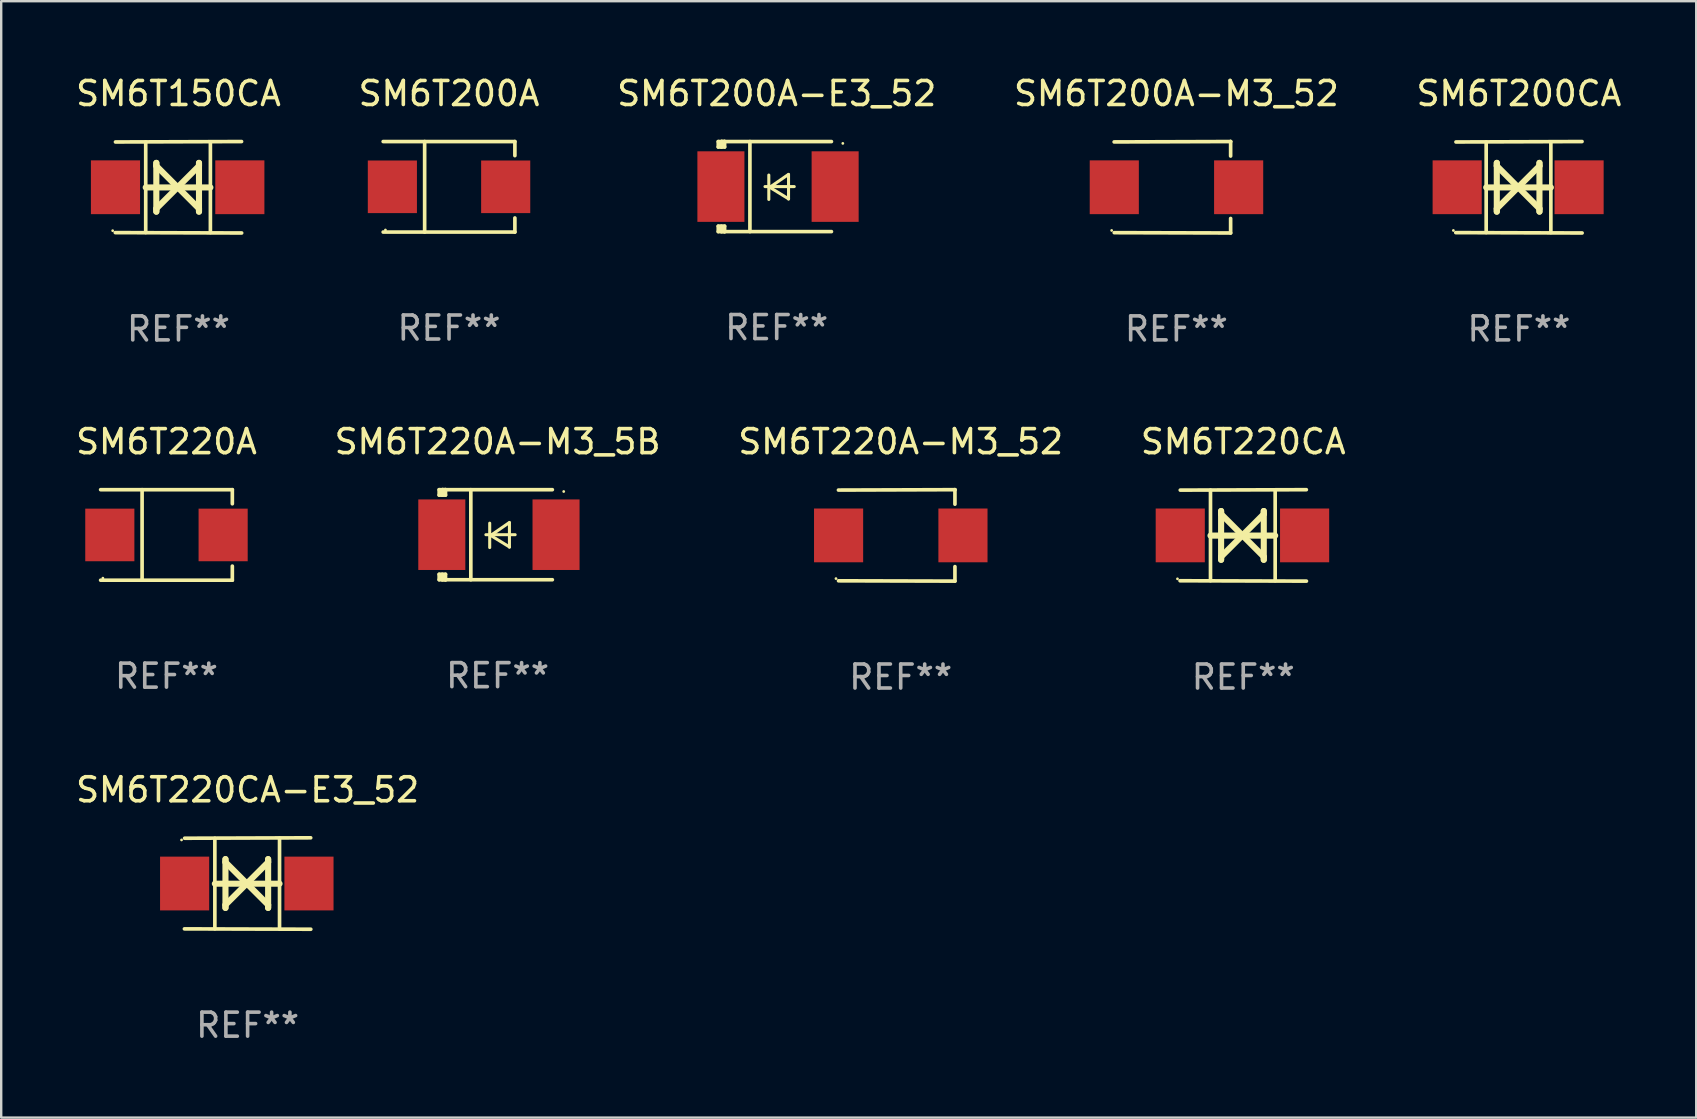
<source format=kicad_pcb>
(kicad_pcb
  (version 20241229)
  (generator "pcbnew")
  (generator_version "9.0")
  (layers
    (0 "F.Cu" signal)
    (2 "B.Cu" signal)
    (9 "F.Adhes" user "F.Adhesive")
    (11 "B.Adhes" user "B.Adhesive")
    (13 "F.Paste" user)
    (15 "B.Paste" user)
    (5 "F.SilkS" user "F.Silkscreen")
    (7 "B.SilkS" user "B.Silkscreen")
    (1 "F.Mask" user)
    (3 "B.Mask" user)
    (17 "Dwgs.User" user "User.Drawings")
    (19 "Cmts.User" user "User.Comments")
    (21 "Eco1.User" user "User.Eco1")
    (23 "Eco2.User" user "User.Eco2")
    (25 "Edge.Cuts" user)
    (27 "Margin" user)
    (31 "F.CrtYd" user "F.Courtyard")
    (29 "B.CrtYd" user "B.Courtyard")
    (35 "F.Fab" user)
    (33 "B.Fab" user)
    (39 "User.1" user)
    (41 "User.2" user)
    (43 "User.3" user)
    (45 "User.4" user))
  (footprint "SM6T200CA"
    (layer "F.Cu")
    (at 60.244 4.753)
    (property "Reference" "SM6T200CA" (at 0 -3.905 0) (layer "F.SilkS") (effects (font (size 1 1) (thickness 0.15))))
    (attr through_hole)
    (fp_line (start -1.365 1.886) (end -1.365 -1.886) (stroke (width 0.152) (type solid)) (layer "F.SilkS"))
    (fp_line (start -1.365 0.008) (end 1.33 0.008) (stroke (width 0.254) (type solid)) (layer "F.SilkS"))
    (fp_line (start -0.923 -1.016) (end -0.923 1.016) (stroke (width 0.254) (type solid)) (layer "F.SilkS"))
    (fp_line (start -0.923 -0.889) (end -0.923 -1.016) (stroke (width 0.254) (type solid)) (layer "F.SilkS"))
    (fp_line (start -0.923 0.889) (end -0.034 0) (stroke (width 0.254) (type solid)) (layer "F.SilkS"))
    (fp_line (start -0.923 1.016) (end -0.923 0.889) (stroke (width 0.254) (type solid)) (layer "F.SilkS"))
    (fp_line (start -0.034 0) (end -0.923 -0.889) (stroke (width 0.254) (type solid)) (layer "F.SilkS"))
    (fp_line (start -0.034 0) (end 0.855 0.889) (stroke (width 0.254) (type solid)) (layer "F.SilkS"))
    (fp_line (start 0.855 -1.016) (end 0.855 -0.889) (stroke (width 0.254) (type solid)) (layer "F.SilkS"))
    (fp_line (start 0.855 -0.889) (end -0.034 0) (stroke (width 0.254) (type solid)) (layer "F.SilkS"))
    (fp_line (start 0.855 0.889) (end 0.855 1.016) (stroke (width 0.254) (type solid)) (layer "F.SilkS"))
    (fp_line (start 0.855 1.016) (end 0.855 -1.016) (stroke (width 0.254) (type solid)) (layer "F.SilkS"))
    (fp_line (start 1.33 1.886) (end 1.33 -1.886) (stroke (width 0.152) (type solid)) (layer "F.SilkS"))
    (fp_line (start 2.629 -1.905) (end -2.625 -1.887) (stroke (width 0.152) (type solid)) (layer "F.SilkS"))
    (fp_line (start 2.633 1.905) (end -2.633 1.89) (stroke (width 0.152) (type solid)) (layer "F.SilkS"))
    (fp_circle (center -2.732 1.8) (end -2.702 1.8) (stroke (width 0.06) (type solid)) (fill no) (layer "F.SilkS"))
    (fp_text user "REF**" (at 0 5.905 0) (layer "F.Fab") (effects (font (size 1 1) (thickness 0.15))))
    (pad "1" smd rect (at -2.574 0) (size 2.047 2.241) (layers "F.Cu" "F.Mask" "F.Paste"))
    (pad "2" smd rect (at 2.506 0) (size 2.047 2.241) (layers "F.Cu" "F.Mask" "F.Paste")))
  (footprint "SM6T220CA"
    (layer "F.Cu")
    (at 48.756 19.26)
    (property "Reference" "SM6T220CA" (at 0 -3.905 0) (layer "F.SilkS") (effects (font (size 1 1) (thickness 0.15))))
    (attr through_hole)
    (fp_line (start -1.365 1.886) (end -1.365 -1.886) (stroke (width 0.152) (type solid)) (layer "F.SilkS"))
    (fp_line (start -1.365 0.008) (end 1.33 0.008) (stroke (width 0.254) (type solid)) (layer "F.SilkS"))
    (fp_line (start -0.923 -1.016) (end -0.923 1.016) (stroke (width 0.254) (type solid)) (layer "F.SilkS"))
    (fp_line (start -0.923 -0.889) (end -0.923 -1.016) (stroke (width 0.254) (type solid)) (layer "F.SilkS"))
    (fp_line (start -0.923 0.889) (end -0.034 0) (stroke (width 0.254) (type solid)) (layer "F.SilkS"))
    (fp_line (start -0.923 1.016) (end -0.923 0.889) (stroke (width 0.254) (type solid)) (layer "F.SilkS"))
    (fp_line (start -0.034 0) (end -0.923 -0.889) (stroke (width 0.254) (type solid)) (layer "F.SilkS"))
    (fp_line (start -0.034 0) (end 0.855 0.889) (stroke (width 0.254) (type solid)) (layer "F.SilkS"))
    (fp_line (start 0.855 -1.016) (end 0.855 -0.889) (stroke (width 0.254) (type solid)) (layer "F.SilkS"))
    (fp_line (start 0.855 -0.889) (end -0.034 0) (stroke (width 0.254) (type solid)) (layer "F.SilkS"))
    (fp_line (start 0.855 0.889) (end 0.855 1.016) (stroke (width 0.254) (type solid)) (layer "F.SilkS"))
    (fp_line (start 0.855 1.016) (end 0.855 -1.016) (stroke (width 0.254) (type solid)) (layer "F.SilkS"))
    (fp_line (start 1.33 1.886) (end 1.33 -1.886) (stroke (width 0.152) (type solid)) (layer "F.SilkS"))
    (fp_line (start 2.629 -1.905) (end -2.625 -1.887) (stroke (width 0.152) (type solid)) (layer "F.SilkS"))
    (fp_line (start 2.633 1.905) (end -2.633 1.89) (stroke (width 0.152) (type solid)) (layer "F.SilkS"))
    (fp_circle (center -2.741 1.81) (end -2.711 1.81) (stroke (width 0.06) (type solid)) (fill no) (layer "F.SilkS"))
    (fp_text user "REF**" (at 0 5.905 0) (layer "F.Fab") (effects (font (size 1 1) (thickness 0.15))))
    (pad "1" smd rect (at -2.625 0) (size 2.047 2.241) (layers "F.Cu" "F.Mask" "F.Paste"))
    (pad "2" smd rect (at 2.557 0) (size 2.047 2.241) (layers "F.Cu" "F.Mask" "F.Paste")))
  (footprint "SM6T150CA"
    (layer "F.Cu")
    (at 4.387 4.753)
    (property "Reference" "SM6T150CA" (at 0 -3.905 0) (layer "F.SilkS") (effects (font (size 1 1) (thickness 0.15))))
    (attr through_hole)
    (fp_line (start -1.365 1.886) (end -1.365 -1.886) (stroke (width 0.152) (type solid)) (layer "F.SilkS"))
    (fp_line (start -1.365 0.008) (end 1.33 0.008) (stroke (width 0.254) (type solid)) (layer "F.SilkS"))
    (fp_line (start -0.923 -1.016) (end -0.923 1.016) (stroke (width 0.254) (type solid)) (layer "F.SilkS"))
    (fp_line (start -0.923 -0.889) (end -0.923 -1.016) (stroke (width 0.254) (type solid)) (layer "F.SilkS"))
    (fp_line (start -0.923 0.889) (end -0.034 0) (stroke (width 0.254) (type solid)) (layer "F.SilkS"))
    (fp_line (start -0.923 1.016) (end -0.923 0.889) (stroke (width 0.254) (type solid)) (layer "F.SilkS"))
    (fp_line (start -0.034 0) (end -0.923 -0.889) (stroke (width 0.254) (type solid)) (layer "F.SilkS"))
    (fp_line (start -0.034 0) (end 0.855 0.889) (stroke (width 0.254) (type solid)) (layer "F.SilkS"))
    (fp_line (start 0.855 -1.016) (end 0.855 -0.889) (stroke (width 0.254) (type solid)) (layer "F.SilkS"))
    (fp_line (start 0.855 -0.889) (end -0.034 0) (stroke (width 0.254) (type solid)) (layer "F.SilkS"))
    (fp_line (start 0.855 0.889) (end 0.855 1.016) (stroke (width 0.254) (type solid)) (layer "F.SilkS"))
    (fp_line (start 0.855 1.016) (end 0.855 -1.016) (stroke (width 0.254) (type solid)) (layer "F.SilkS"))
    (fp_line (start 1.33 1.886) (end 1.33 -1.886) (stroke (width 0.152) (type solid)) (layer "F.SilkS"))
    (fp_line (start 2.629 -1.905) (end -2.625 -1.887) (stroke (width 0.152) (type solid)) (layer "F.SilkS"))
    (fp_line (start 2.633 1.905) (end -2.633 1.89) (stroke (width 0.152) (type solid)) (layer "F.SilkS"))
    (fp_circle (center -2.741 1.81) (end -2.711 1.81) (stroke (width 0.06) (type solid)) (fill no) (layer "F.SilkS"))
    (fp_text user "REF**" (at 0 5.905 0) (layer "F.Fab") (effects (font (size 1 1) (thickness 0.15))))
    (pad "1" smd rect (at -2.625 0) (size 2.047 2.241) (layers "F.Cu" "F.Mask" "F.Paste"))
    (pad "2" smd rect (at 2.557 0) (size 2.047 2.241) (layers "F.Cu" "F.Mask" "F.Paste")))
  (footprint "SM6T200A-E3_52"
    (layer "F.Cu")
    (at 29.315 4.725)
    (property "Reference" "SM6T200A-E3_52" (at 0 -3.876 0) (layer "F.SilkS") (effects (font (size 1 1) (thickness 0.15))))
    (attr through_hole)
    (fp_line (start -2.435 1.65) (end -2.171 1.65) (stroke (width 0.152) (type solid)) (layer "F.SilkS"))
    (fp_line (start -2.435 1.876) (end -2.435 1.65) (stroke (width 0.152) (type solid)) (layer "F.SilkS"))
    (fp_line (start -2.435 -1.876) (end -2.171 -1.876) (stroke (width 0.152) (type solid)) (layer "F.SilkS"))
    (fp_line (start -2.435 -1.65) (end -2.435 -1.876) (stroke (width 0.152) (type solid)) (layer "F.SilkS"))
    (fp_line (start -2.305 -1.866) (end -2.295 -1.876) (stroke (width 0.152) (type solid)) (layer "F.SilkS"))
    (fp_line (start -2.305 -1.65) (end -2.305 -1.866) (stroke (width 0.152) (type solid)) (layer "F.SilkS"))
    (fp_line (start -2.305 1.876) (end -2.305 1.65) (stroke (width 0.152) (type solid)) (layer "F.SilkS"))
    (fp_line (start -2.295 -1.876) (end -2.295 -1.65) (stroke (width 0.152) (type solid)) (layer "F.SilkS"))
    (fp_line (start -2.171 1.876) (end -2.435 1.876) (stroke (width 0.152) (type solid)) (layer "F.SilkS"))
    (fp_line (start -2.171 -1.65) (end -2.435 -1.65) (stroke (width 0.152) (type solid)) (layer "F.SilkS"))
    (fp_line (start -2.171 -1.876) (end -2.295 -1.876) (stroke (width 0.152) (type solid)) (layer "F.SilkS"))
    (fp_line (start -2.171 -1.65) (end -2.171 -1.876) (stroke (width 0.152) (type solid)) (layer "F.SilkS"))
    (fp_line (start -2.171 1.876) (end -2.305 1.876) (stroke (width 0.152) (type solid)) (layer "F.SilkS"))
    (fp_line (start -2.171 1.876) (end -2.171 1.65) (stroke (width 0.152) (type solid)) (layer "F.SilkS"))
    (fp_line (start -1.116 1.876) (end -1.116 -1.876) (stroke (width 0.152) (type solid)) (layer "F.SilkS"))
    (fp_line (start -0.488 0.000102) (end 0.731 0.000102) (stroke (width 0.127) (type solid)) (layer "F.SilkS"))
    (fp_line (start -0.329 -0.48) (end -0.329 0.536) (stroke (width 0.127) (type solid)) (layer "F.SilkS"))
    (fp_line (start -0.29 0.03) (end 0.493 0.51) (stroke (width 0.127) (type solid)) (layer "F.SilkS"))
    (fp_line (start 0.493 -0.51) (end -0.29 0.03) (stroke (width 0.127) (type solid)) (layer "F.SilkS"))
    (fp_line (start 0.493 0.52) (end 0.493 -0.496) (stroke (width 0.127) (type solid)) (layer "F.SilkS"))
    (fp_line (start 2.281 -1.876) (end -2.171 -1.876) (stroke (width 0.152) (type solid)) (layer "F.SilkS"))
    (fp_line (start 2.281 1.876) (end -2.171 1.876) (stroke (width 0.152) (type solid)) (layer "F.SilkS"))
    (fp_circle (center 2.755 -1.8) (end 2.785 -1.8) (stroke (width 0.06) (type solid)) (fill no) (layer "F.SilkS"))
    (fp_text user "REF**" (at 0 5.876 0) (layer "F.Fab") (effects (font (size 1 1) (thickness 0.15))))
    (pad "1" smd rect (at 2.435 -0.000025 180) (size 1.96 2.94) (layers "F.Cu" "F.Mask" "F.Paste"))
    (pad "2" smd rect (at -2.325 -0.000025 180) (size 1.96 2.94) (layers "F.Cu" "F.Mask" "F.Paste")))
  (footprint "SM6T200A-M3_52"
    (layer "F.Cu")
    (at 45.97 4.753)
    (property "Reference" "SM6T200A-M3_52" (at 0 -3.905 0) (layer "F.SilkS") (effects (font (size 1 1) (thickness 0.15))))
    (attr through_hole)
    (fp_line (start 2.256 -1.905) (end -2.594 -1.889) (stroke (width 0.152) (type solid)) (layer "F.SilkS"))
    (fp_line (start 2.256 -1.905) (end 2.26 -1.905) (stroke (width 0.152) (type solid)) (layer "F.SilkS"))
    (fp_line (start 2.26 -1.905) (end 2.26 -1.301) (stroke (width 0.152) (type solid)) (layer "F.SilkS"))
    (fp_line (start 2.26 1.301) (end 2.26 1.905) (stroke (width 0.152) (type solid)) (layer "F.SilkS"))
    (fp_line (start 2.26 1.905) (end -2.59 1.892) (stroke (width 0.152) (type solid)) (layer "F.SilkS"))
    (fp_circle (center -2.697 1.8) (end -2.667 1.8) (stroke (width 0.06) (type solid)) (fill no) (layer "F.SilkS"))
    (fp_text user "REF**" (at 0 5.905 0) (layer "F.Fab") (effects (font (size 1 1) (thickness 0.15))))
    (pad "1" smd rect (at -2.588 0) (size 2.047 2.241) (layers "F.Cu" "F.Mask" "F.Paste"))
    (pad "2" smd rect (at 2.594 0) (size 2.047 2.241) (layers "F.Cu" "F.Mask" "F.Paste")))
  (footprint "SM6T220A-M3_52"
    (layer "F.Cu")
    (at 34.482 19.26)
    (property "Reference" "SM6T220A-M3_52" (at 0 -3.905 0) (layer "F.SilkS") (effects (font (size 1 1) (thickness 0.15))))
    (attr through_hole)
    (fp_line (start 2.256 -1.905) (end -2.594 -1.889) (stroke (width 0.152) (type solid)) (layer "F.SilkS"))
    (fp_line (start 2.256 -1.905) (end 2.26 -1.905) (stroke (width 0.152) (type solid)) (layer "F.SilkS"))
    (fp_line (start 2.26 -1.905) (end 2.26 -1.301) (stroke (width 0.152) (type solid)) (layer "F.SilkS"))
    (fp_line (start 2.26 1.301) (end 2.26 1.905) (stroke (width 0.152) (type solid)) (layer "F.SilkS"))
    (fp_line (start 2.26 1.905) (end -2.59 1.892) (stroke (width 0.152) (type solid)) (layer "F.SilkS"))
    (fp_circle (center -2.697 1.8) (end -2.667 1.8) (stroke (width 0.06) (type solid)) (fill no) (layer "F.SilkS"))
    (fp_text user "REF**" (at 0 5.905 0) (layer "F.Fab") (effects (font (size 1 1) (thickness 0.15))))
    (pad "1" smd rect (at -2.588 0) (size 2.047 2.241) (layers "F.Cu" "F.Mask" "F.Paste"))
    (pad "2" smd rect (at 2.594 0) (size 2.047 2.241) (layers "F.Cu" "F.Mask" "F.Paste")))
  (footprint "SM6T220A"
    (layer "F.Cu")
    (at 3.887 19.241)
    (property "Reference" "SM6T220A" (at 0 -3.886 0) (layer "F.SilkS") (effects (font (size 1 1) (thickness 0.15))))
    (attr through_hole)
    (fp_line (start -2.744 -1.886) (end 2.744 -1.886) (stroke (width 0.152) (type solid)) (layer "F.SilkS"))
    (fp_line (start -2.744 1.886) (end 2.744 1.886) (stroke (width 0.152) (type solid)) (layer "F.SilkS"))
    (fp_line (start -1.016 -1.886) (end -1.016 1.886) (stroke (width 0.152) (type solid)) (layer "F.SilkS"))
    (fp_line (start 2.744 -1.886) (end 2.744 -1.299) (stroke (width 0.152) (type solid)) (layer "F.SilkS"))
    (fp_line (start 2.744 1.886) (end 2.744 1.299) (stroke (width 0.152) (type solid)) (layer "F.SilkS"))
    (fp_circle (center -2.65 1.8) (end -2.62 1.8) (stroke (width 0.06) (type solid)) (fill no) (layer "F.SilkS"))
    (fp_text user "REF**" (at 0 5.886 0) (layer "F.Fab") (effects (font (size 1 1) (thickness 0.15))))
    (pad "1" smd rect (at -2.361 0) (size 2.047 2.192) (layers "F.Cu" "F.Mask" "F.Paste"))
    (pad "2" smd rect (at 2.361 0) (size 2.047 2.192) (layers "F.Cu" "F.Mask" "F.Paste")))
  (footprint "SM6T220A-M3_5B"
    (layer "F.Cu")
    (at 17.685 19.231)
    (property "Reference" "SM6T220A-M3_5B" (at 0 -3.876 0) (layer "F.SilkS") (effects (font (size 1 1) (thickness 0.15))))
    (attr through_hole)
    (fp_line (start -2.435 1.65) (end -2.171 1.65) (stroke (width 0.152) (type solid)) (layer "F.SilkS"))
    (fp_line (start -2.435 1.876) (end -2.435 1.65) (stroke (width 0.152) (type solid)) (layer "F.SilkS"))
    (fp_line (start -2.435 -1.876) (end -2.171 -1.876) (stroke (width 0.152) (type solid)) (layer "F.SilkS"))
    (fp_line (start -2.435 -1.65) (end -2.435 -1.876) (stroke (width 0.152) (type solid)) (layer "F.SilkS"))
    (fp_line (start -2.305 -1.866) (end -2.295 -1.876) (stroke (width 0.152) (type solid)) (layer "F.SilkS"))
    (fp_line (start -2.305 -1.65) (end -2.305 -1.866) (stroke (width 0.152) (type solid)) (layer "F.SilkS"))
    (fp_line (start -2.305 1.876) (end -2.305 1.65) (stroke (width 0.152) (type solid)) (layer "F.SilkS"))
    (fp_line (start -2.295 -1.876) (end -2.295 -1.65) (stroke (width 0.152) (type solid)) (layer "F.SilkS"))
    (fp_line (start -2.171 1.876) (end -2.435 1.876) (stroke (width 0.152) (type solid)) (layer "F.SilkS"))
    (fp_line (start -2.171 -1.65) (end -2.435 -1.65) (stroke (width 0.152) (type solid)) (layer "F.SilkS"))
    (fp_line (start -2.171 -1.876) (end -2.295 -1.876) (stroke (width 0.152) (type solid)) (layer "F.SilkS"))
    (fp_line (start -2.171 -1.65) (end -2.171 -1.876) (stroke (width 0.152) (type solid)) (layer "F.SilkS"))
    (fp_line (start -2.171 1.876) (end -2.305 1.876) (stroke (width 0.152) (type solid)) (layer "F.SilkS"))
    (fp_line (start -2.171 1.876) (end -2.171 1.65) (stroke (width 0.152) (type solid)) (layer "F.SilkS"))
    (fp_line (start -1.116 1.876) (end -1.116 -1.876) (stroke (width 0.152) (type solid)) (layer "F.SilkS"))
    (fp_line (start -0.488 0.000102) (end 0.731 0.000102) (stroke (width 0.127) (type solid)) (layer "F.SilkS"))
    (fp_line (start -0.329 -0.48) (end -0.329 0.536) (stroke (width 0.127) (type solid)) (layer "F.SilkS"))
    (fp_line (start -0.29 0.03) (end 0.493 0.51) (stroke (width 0.127) (type solid)) (layer "F.SilkS"))
    (fp_line (start 0.493 -0.51) (end -0.29 0.03) (stroke (width 0.127) (type solid)) (layer "F.SilkS"))
    (fp_line (start 0.493 0.52) (end 0.493 -0.496) (stroke (width 0.127) (type solid)) (layer "F.SilkS"))
    (fp_line (start 2.281 -1.876) (end -2.171 -1.876) (stroke (width 0.152) (type solid)) (layer "F.SilkS"))
    (fp_line (start 2.281 1.876) (end -2.171 1.876) (stroke (width 0.152) (type solid)) (layer "F.SilkS"))
    (fp_circle (center 2.755 -1.8) (end 2.785 -1.8) (stroke (width 0.06) (type solid)) (fill no) (layer "F.SilkS"))
    (fp_text user "REF**" (at 0 5.876 0) (layer "F.Fab") (effects (font (size 1 1) (thickness 0.15))))
    (pad "1" smd rect (at 2.435 -0.000025 180) (size 1.96 2.94) (layers "F.Cu" "F.Mask" "F.Paste"))
    (pad "2" smd rect (at -2.325 -0.000025 180) (size 1.96 2.94) (layers "F.Cu" "F.Mask" "F.Paste")))
  (footprint "SM6T220CA-E3_52"
    (layer "F.Cu")
    (at 7.268 33.766)
    (property "Reference" "SM6T220CA-E3_52" (at 0 -3.905 0) (layer "F.SilkS") (effects (font (size 1 1) (thickness 0.15))))
    (attr through_hole)
    (fp_line (start -1.365 1.886) (end -1.365 -1.886) (stroke (width 0.152) (type solid)) (layer "F.SilkS"))
    (fp_line (start -1.365 0.008) (end 1.33 0.008) (stroke (width 0.254) (type solid)) (layer "F.SilkS"))
    (fp_line (start -0.923 -1.016) (end -0.923 1.016) (stroke (width 0.254) (type solid)) (layer "F.SilkS"))
    (fp_line (start -0.923 -0.889) (end -0.923 -1.016) (stroke (width 0.254) (type solid)) (layer "F.SilkS"))
    (fp_line (start -0.923 0.889) (end -0.034 0) (stroke (width 0.254) (type solid)) (layer "F.SilkS"))
    (fp_line (start -0.923 1.016) (end -0.923 0.889) (stroke (width 0.254) (type solid)) (layer "F.SilkS"))
    (fp_line (start -0.034 0) (end -0.923 -0.889) (stroke (width 0.254) (type solid)) (layer "F.SilkS"))
    (fp_line (start -0.034 0) (end 0.855 0.889) (stroke (width 0.254) (type solid)) (layer "F.SilkS"))
    (fp_line (start 0.855 -1.016) (end 0.855 -0.889) (stroke (width 0.254) (type solid)) (layer "F.SilkS"))
    (fp_line (start 0.855 -0.889) (end -0.034 0) (stroke (width 0.254) (type solid)) (layer "F.SilkS"))
    (fp_line (start 0.855 0.889) (end 0.855 1.016) (stroke (width 0.254) (type solid)) (layer "F.SilkS"))
    (fp_line (start 0.855 1.016) (end 0.855 -1.016) (stroke (width 0.254) (type solid)) (layer "F.SilkS"))
    (fp_line (start 1.33 1.886) (end 1.33 -1.886) (stroke (width 0.152) (type solid)) (layer "F.SilkS"))
    (fp_line (start 2.629 -1.905) (end -2.625 -1.887) (stroke (width 0.152) (type solid)) (layer "F.SilkS"))
    (fp_line (start 2.633 1.905) (end -2.633 1.89) (stroke (width 0.152) (type solid)) (layer "F.SilkS"))
    (fp_circle (center -2.753 -1.816) (end -2.723 -1.816) (stroke (width 0.06) (type solid)) (fill no) (layer "F.SilkS"))
    (fp_text user "REF**" (at 0 5.905 0) (layer "F.Fab") (effects (font (size 1 1) (thickness 0.15))))
    (pad "1" smd rect (at -2.625 0) (size 2.047 2.241) (layers "F.Cu" "F.Mask" "F.Paste"))
    (pad "2" smd rect (at 2.557 0) (size 2.047 2.241) (layers "F.Cu" "F.Mask" "F.Paste")))
  (footprint "SM6T200A"
    (layer "F.Cu")
    (at 15.661 4.734)
    (property "Reference" "SM6T200A" (at 0 -3.886 0) (layer "F.SilkS") (effects (font (size 1 1) (thickness 0.15))))
    (attr through_hole)
    (fp_line (start -2.744 -1.886) (end 2.744 -1.886) (stroke (width 0.152) (type solid)) (layer "F.SilkS"))
    (fp_line (start -2.744 1.886) (end 2.744 1.886) (stroke (width 0.152) (type solid)) (layer "F.SilkS"))
    (fp_line (start -1.016 -1.886) (end -1.016 1.886) (stroke (width 0.152) (type solid)) (layer "F.SilkS"))
    (fp_line (start 2.744 -1.886) (end 2.744 -1.299) (stroke (width 0.152) (type solid)) (layer "F.SilkS"))
    (fp_line (start 2.744 1.886) (end 2.744 1.299) (stroke (width 0.152) (type solid)) (layer "F.SilkS"))
    (fp_circle (center -2.65 1.8) (end -2.62 1.8) (stroke (width 0.06) (type solid)) (fill no) (layer "F.SilkS"))
    (fp_text user "REF**" (at 0 5.886 0) (layer "F.Fab") (effects (font (size 1 1) (thickness 0.15))))
    (pad "1" smd rect (at -2.361 0) (size 2.047 2.192) (layers "F.Cu" "F.Mask" "F.Paste"))
    (pad "2" smd rect (at 2.361 0) (size 2.047 2.192) (layers "F.Cu" "F.Mask" "F.Paste")))
  (gr_rect
    (start -3 -3)
    (end 67.631 43.52)
    (stroke (width 0.1) (type default))
    (fill no)
    (layer "Edge.Cuts")))
</source>
